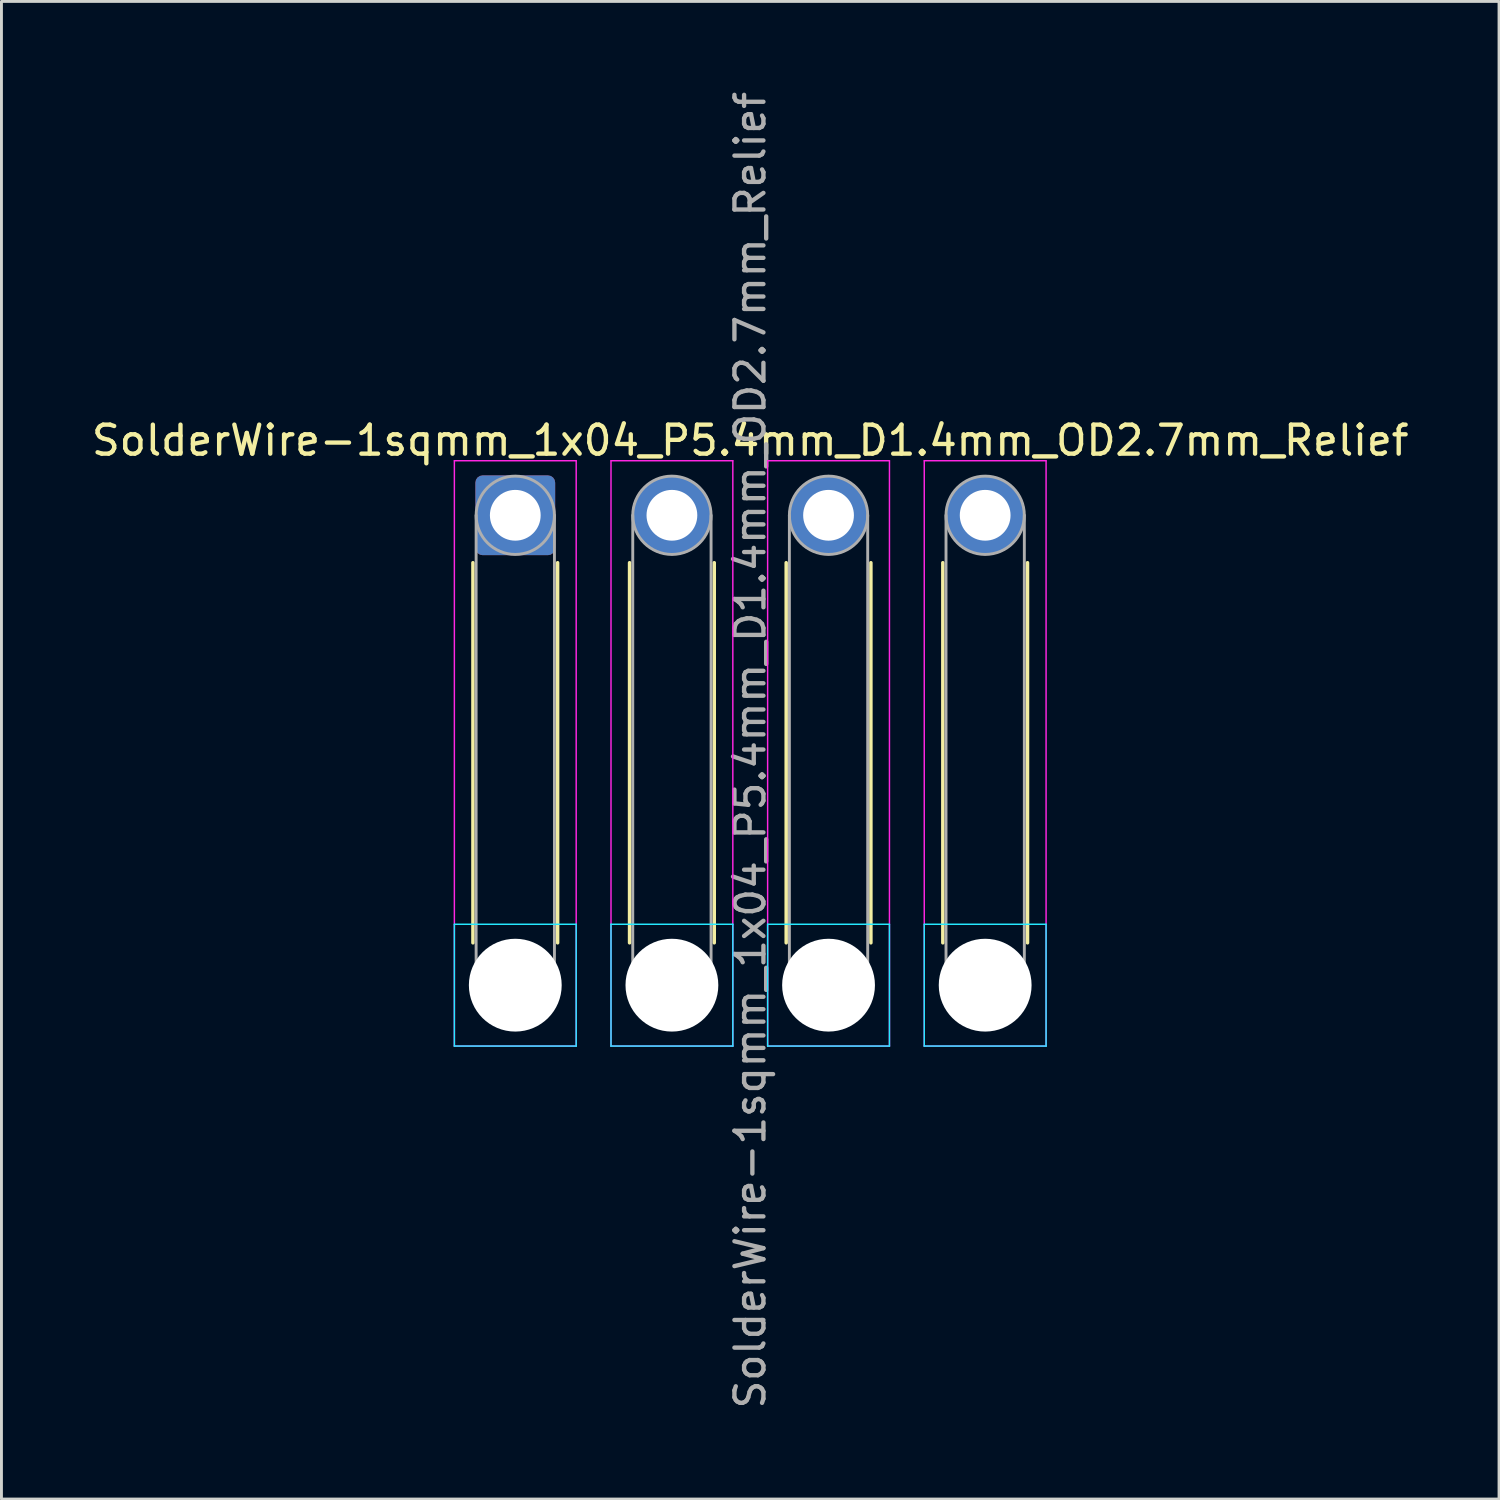
<source format=kicad_pcb>
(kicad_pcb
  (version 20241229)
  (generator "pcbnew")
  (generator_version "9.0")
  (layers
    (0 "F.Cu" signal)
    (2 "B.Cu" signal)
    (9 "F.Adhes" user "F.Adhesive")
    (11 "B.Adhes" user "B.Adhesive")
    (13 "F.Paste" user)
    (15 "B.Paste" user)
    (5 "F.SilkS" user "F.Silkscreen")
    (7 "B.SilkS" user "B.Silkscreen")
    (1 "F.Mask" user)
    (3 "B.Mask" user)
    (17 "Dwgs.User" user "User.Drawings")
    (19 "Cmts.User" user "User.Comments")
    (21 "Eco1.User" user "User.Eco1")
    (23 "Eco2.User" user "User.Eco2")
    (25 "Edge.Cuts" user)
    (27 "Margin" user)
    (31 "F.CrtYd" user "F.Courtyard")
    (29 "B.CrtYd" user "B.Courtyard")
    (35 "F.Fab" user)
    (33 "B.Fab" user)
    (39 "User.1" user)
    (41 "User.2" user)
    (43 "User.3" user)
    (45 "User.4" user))
  (footprint "SolderWire-1sqmm_1x04_P5.4mm_D1.4mm_OD2.7mm_Relief"
    (layer "F.Cu")
    (at 14.715 14.715)
    (property "Reference" "SolderWire-1sqmm_1x04_P5.4mm_D1.4mm_OD2.7mm_Relief" (at 8.1 -2.58 0) (layer "F.SilkS") (effects (font (size 1 1) (thickness 0.15))))
    (attr exclude_from_pos_files exclude_from_bom)
    (fp_line (start -1.46 1.635) (end -1.46 14.74) (stroke (width 0.12) (type solid)) (layer "F.SilkS"))
    (fp_line (start 1.46 1.635) (end 1.46 14.74) (stroke (width 0.12) (type solid)) (layer "F.SilkS"))
    (fp_line (start 3.94 1.635) (end 3.94 14.74) (stroke (width 0.12) (type solid)) (layer "F.SilkS"))
    (fp_line (start 6.86 1.635) (end 6.86 14.74) (stroke (width 0.12) (type solid)) (layer "F.SilkS"))
    (fp_line (start 9.34 1.635) (end 9.34 14.74) (stroke (width 0.12) (type solid)) (layer "F.SilkS"))
    (fp_line (start 12.26 1.635) (end 12.26 14.74) (stroke (width 0.12) (type solid)) (layer "F.SilkS"))
    (fp_line (start 14.74 1.635) (end 14.74 14.74) (stroke (width 0.12) (type solid)) (layer "F.SilkS"))
    (fp_line (start 17.66 1.635) (end 17.66 14.74) (stroke (width 0.12) (type solid)) (layer "F.SilkS"))
    (fp_line (start -2.1 14.1) (end -2.1 18.3) (stroke (width 0.05) (type solid)) (layer "B.CrtYd"))
    (fp_line (start -2.1 18.3) (end 2.1 18.3) (stroke (width 0.05) (type solid)) (layer "B.CrtYd"))
    (fp_line (start 2.1 14.1) (end -2.1 14.1) (stroke (width 0.05) (type solid)) (layer "B.CrtYd"))
    (fp_line (start 2.1 18.3) (end 2.1 14.1) (stroke (width 0.05) (type solid)) (layer "B.CrtYd"))
    (fp_line (start 3.3 14.1) (end 3.3 18.3) (stroke (width 0.05) (type solid)) (layer "B.CrtYd"))
    (fp_line (start 3.3 18.3) (end 7.5 18.3) (stroke (width 0.05) (type solid)) (layer "B.CrtYd"))
    (fp_line (start 7.5 14.1) (end 3.3 14.1) (stroke (width 0.05) (type solid)) (layer "B.CrtYd"))
    (fp_line (start 7.5 18.3) (end 7.5 14.1) (stroke (width 0.05) (type solid)) (layer "B.CrtYd"))
    (fp_line (start 8.7 14.1) (end 8.7 18.3) (stroke (width 0.05) (type solid)) (layer "B.CrtYd"))
    (fp_line (start 8.7 18.3) (end 12.9 18.3) (stroke (width 0.05) (type solid)) (layer "B.CrtYd"))
    (fp_line (start 12.9 14.1) (end 8.7 14.1) (stroke (width 0.05) (type solid)) (layer "B.CrtYd"))
    (fp_line (start 12.9 18.3) (end 12.9 14.1) (stroke (width 0.05) (type solid)) (layer "B.CrtYd"))
    (fp_line (start 14.1 14.1) (end 14.1 18.3) (stroke (width 0.05) (type solid)) (layer "B.CrtYd"))
    (fp_line (start 14.1 18.3) (end 18.3 18.3) (stroke (width 0.05) (type solid)) (layer "B.CrtYd"))
    (fp_line (start 18.3 14.1) (end 14.1 14.1) (stroke (width 0.05) (type solid)) (layer "B.CrtYd"))
    (fp_line (start 18.3 18.3) (end 18.3 14.1) (stroke (width 0.05) (type solid)) (layer "B.CrtYd"))
    (fp_line (start -2.1 -1.88) (end -2.1 18.3) (stroke (width 0.05) (type solid)) (layer "F.CrtYd"))
    (fp_line (start -2.1 18.3) (end 2.1 18.3) (stroke (width 0.05) (type solid)) (layer "F.CrtYd"))
    (fp_line (start 2.1 -1.88) (end -2.1 -1.88) (stroke (width 0.05) (type solid)) (layer "F.CrtYd"))
    (fp_line (start 2.1 18.3) (end 2.1 -1.88) (stroke (width 0.05) (type solid)) (layer "F.CrtYd"))
    (fp_line (start 3.3 -1.88) (end 3.3 18.3) (stroke (width 0.05) (type solid)) (layer "F.CrtYd"))
    (fp_line (start 3.3 18.3) (end 7.5 18.3) (stroke (width 0.05) (type solid)) (layer "F.CrtYd"))
    (fp_line (start 7.5 -1.88) (end 3.3 -1.88) (stroke (width 0.05) (type solid)) (layer "F.CrtYd"))
    (fp_line (start 7.5 18.3) (end 7.5 -1.88) (stroke (width 0.05) (type solid)) (layer "F.CrtYd"))
    (fp_line (start 8.7 -1.88) (end 8.7 18.3) (stroke (width 0.05) (type solid)) (layer "F.CrtYd"))
    (fp_line (start 8.7 18.3) (end 12.9 18.3) (stroke (width 0.05) (type solid)) (layer "F.CrtYd"))
    (fp_line (start 12.9 -1.88) (end 8.7 -1.88) (stroke (width 0.05) (type solid)) (layer "F.CrtYd"))
    (fp_line (start 12.9 18.3) (end 12.9 -1.88) (stroke (width 0.05) (type solid)) (layer "F.CrtYd"))
    (fp_line (start 14.1 -1.88) (end 14.1 18.3) (stroke (width 0.05) (type solid)) (layer "F.CrtYd"))
    (fp_line (start 14.1 18.3) (end 18.3 18.3) (stroke (width 0.05) (type solid)) (layer "F.CrtYd"))
    (fp_line (start 18.3 -1.88) (end 14.1 -1.88) (stroke (width 0.05) (type solid)) (layer "F.CrtYd"))
    (fp_line (start 18.3 18.3) (end 18.3 -1.88) (stroke (width 0.05) (type solid)) (layer "F.CrtYd"))
    (fp_line (start -1.35 0) (end -1.35 16.2) (stroke (width 0.1) (type solid)) (layer "F.Fab"))
    (fp_line (start 1.35 0) (end 1.35 16.2) (stroke (width 0.1) (type solid)) (layer "F.Fab"))
    (fp_line (start 4.05 0) (end 4.05 16.2) (stroke (width 0.1) (type solid)) (layer "F.Fab"))
    (fp_line (start 6.75 0) (end 6.75 16.2) (stroke (width 0.1) (type solid)) (layer "F.Fab"))
    (fp_line (start 9.45 0) (end 9.45 16.2) (stroke (width 0.1) (type solid)) (layer "F.Fab"))
    (fp_line (start 12.15 0) (end 12.15 16.2) (stroke (width 0.1) (type solid)) (layer "F.Fab"))
    (fp_line (start 14.85 0) (end 14.85 16.2) (stroke (width 0.1) (type solid)) (layer "F.Fab"))
    (fp_line (start 17.55 0) (end 17.55 16.2) (stroke (width 0.1) (type solid)) (layer "F.Fab"))
    (fp_circle (center 0 0) (end 1.35 0) (stroke (width 0.1) (type solid)) (fill no) (layer "F.Fab"))
    (fp_circle (center 0 16.2) (end 1.35 16.2) (stroke (width 0.1) (type solid)) (fill no) (layer "F.Fab"))
    (fp_circle (center 5.4 0) (end 6.75 0) (stroke (width 0.1) (type solid)) (fill no) (layer "F.Fab"))
    (fp_circle (center 5.4 16.2) (end 6.75 16.2) (stroke (width 0.1) (type solid)) (fill no) (layer "F.Fab"))
    (fp_circle (center 10.8 0) (end 12.15 0) (stroke (width 0.1) (type solid)) (fill no) (layer "F.Fab"))
    (fp_circle (center 10.8 16.2) (end 12.15 16.2) (stroke (width 0.1) (type solid)) (fill no) (layer "F.Fab"))
    (fp_circle (center 16.2 0) (end 17.55 0) (stroke (width 0.1) (type solid)) (fill no) (layer "F.Fab"))
    (fp_circle (center 16.2 16.2) (end 17.55 16.2) (stroke (width 0.1) (type solid)) (fill no) (layer "F.Fab"))
    (fp_text user "${REFERENCE}" (at 8.1 8.1 90) (layer "F.Fab") (effects (font (size 1 1) (thickness 0.15))))
    (pad "" np_thru_hole circle (at 0 16.2) (size 3.2 3.2) (drill 3.2) (layers "*.Cu" "*.Mask"))
    (pad "" np_thru_hole circle (at 5.4 16.2) (size 3.2 3.2) (drill 3.2) (layers "*.Cu" "*.Mask"))
    (pad "" np_thru_hole circle (at 10.8 16.2) (size 3.2 3.2) (drill 3.2) (layers "*.Cu" "*.Mask"))
    (pad "" np_thru_hole circle (at 16.2 16.2) (size 3.2 3.2) (drill 3.2) (layers "*.Cu" "*.Mask"))
    (pad "1" thru_hole roundrect (at 0 0) (size 2.75 2.75) (drill 1.75) (layers "*.Cu" "*.Mask") (roundrect_rratio 0.091))
    (pad "2" thru_hole circle (at 5.4 0) (size 2.75 2.75) (drill 1.75) (layers "*.Cu" "*.Mask"))
    (pad "3" thru_hole circle (at 10.8 0) (size 2.75 2.75) (drill 1.75) (layers "*.Cu" "*.Mask"))
    (pad "4" thru_hole circle (at 16.2 0) (size 2.75 2.75) (drill 1.75) (layers "*.Cu" "*.Mask")))
  (gr_rect
    (start -3 -3)
    (end 48.631 48.631)
    (stroke (width 0.1) (type default))
    (fill no)
    (layer "Edge.Cuts")))
</source>
